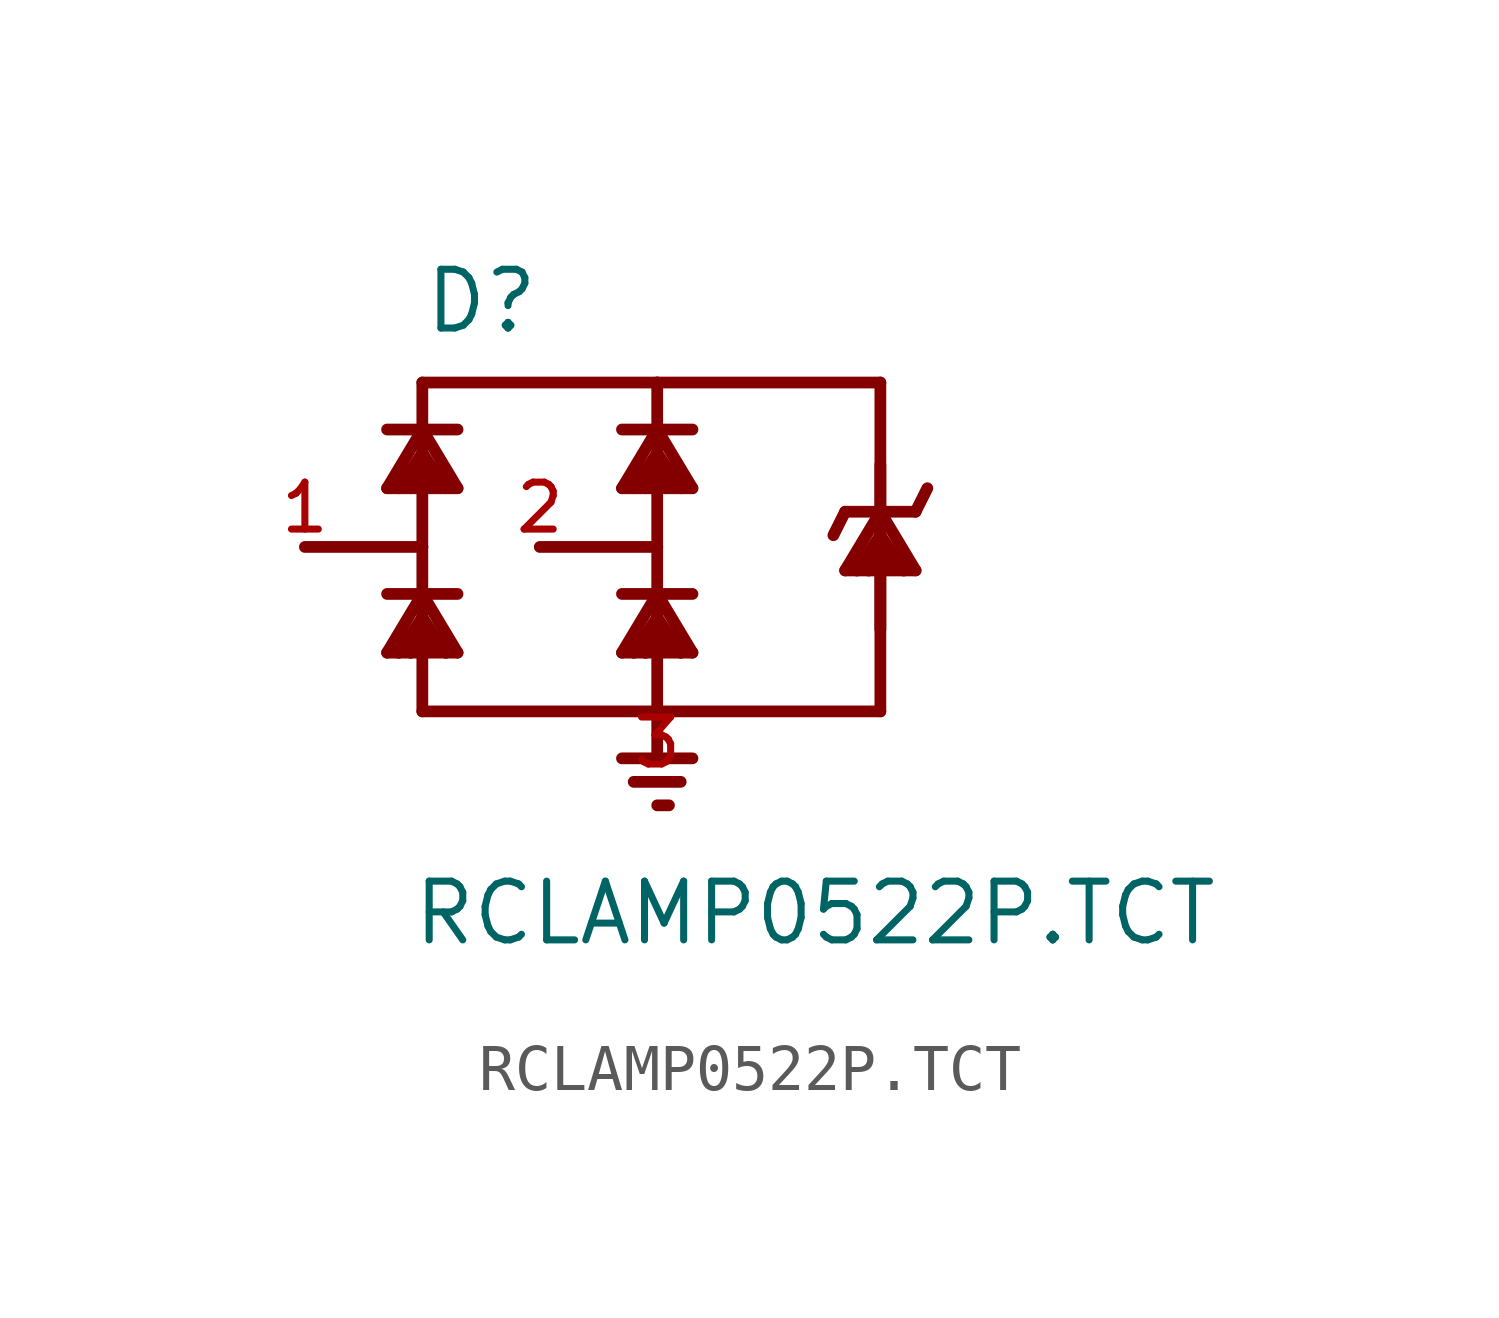
<source format=kicad_sym>
(kicad_symbol_lib
  (version 20211014)
  (generator kicad_symbol_editor)
  (symbol "RCLAMP0522P.TCT"
    (pin_names
      (offset 1.016) hide)
    (property "Reference" "D"
      (at -5.08 4.572 0)
      (effects (font (size 1.27 1.27)) (justify left bottom)))
    (property "Value" "RCLAMP0522P.TCT"
      (at -5.334 -8.661 0)
      (effects (font (size 1.27 1.27)) (justify left bottom)))
    (property "ki_locked" ""
      (at 0 0 0)
      (effects (font (size 1.27 1.27))))
    (symbol "RCLAMP0522P.TCT_0_0"
      (polyline (pts (xy -7.62 0) (xy -5.08 0)) (stroke (width 0.254) (type default) (color 0 0 0 0)) (fill (type none)))
      (polyline (pts (xy -5.842 -1.016) (xy -4.318 -1.016)) (stroke (width 0.254) (type default) (color 0 0 0 0)) (fill (type none)))
      (polyline (pts (xy -5.842 2.54) (xy -4.318 2.54)) (stroke (width 0.254) (type default) (color 0 0 0 0)) (fill (type none)))
      (polyline (pts (xy -5.588 -2.286) (xy -5.842 -2.286)) (stroke (width 0.254) (type default) (color 0 0 0 0)) (fill (type none)))
      (polyline (pts (xy -5.588 -2.286) (xy -5.334 -2.286)) (stroke (width 0.254) (type default) (color 0 0 0 0)) (fill (type none)))
      (polyline (pts (xy -5.588 1.27) (xy -5.842 1.27)) (stroke (width 0.254) (type default) (color 0 0 0 0)) (fill (type none)))
      (polyline (pts (xy -5.588 1.27) (xy -5.334 1.27)) (stroke (width 0.254) (type default) (color 0 0 0 0)) (fill (type none)))
      (polyline (pts (xy -5.334 -2.286) (xy -4.826 -2.032)) (stroke (width 0.254) (type default) (color 0 0 0 0)) (fill (type none)))
      (polyline (pts (xy -5.334 -2.286) (xy -4.572 -2.286)) (stroke (width 0.254) (type default) (color 0 0 0 0)) (fill (type none)))
      (polyline (pts (xy -5.334 1.27) (xy -4.826 1.524)) (stroke (width 0.254) (type default) (color 0 0 0 0)) (fill (type none)))
      (polyline (pts (xy -5.334 1.27) (xy -4.572 1.27)) (stroke (width 0.254) (type default) (color 0 0 0 0)) (fill (type none)))
      (polyline (pts (xy -5.08 -3.556) (xy -5.08 -1.524)) (stroke (width 0.254) (type default) (color 0 0 0 0)) (fill (type none)))
      (polyline (pts (xy -5.08 -1.524) (xy -5.588 -2.286)) (stroke (width 0.254) (type default) (color 0 0 0 0)) (fill (type none)))
      (polyline (pts (xy -5.08 -1.524) (xy -5.08 -1.016)) (stroke (width 0.254) (type default) (color 0 0 0 0)) (fill (type none)))
      (polyline (pts (xy -5.08 -1.016) (xy -5.842 -2.286)) (stroke (width 0.254) (type default) (color 0 0 0 0)) (fill (type none)))
      (polyline (pts (xy -5.08 -1.016) (xy -5.08 0)) (stroke (width 0.254) (type default) (color 0 0 0 0)) (fill (type none)))
      (polyline (pts (xy -5.08 -1.016) (xy -4.318 -2.286)) (stroke (width 0.254) (type default) (color 0 0 0 0)) (fill (type none)))
      (polyline (pts (xy -5.08 0) (xy -5.08 2.032)) (stroke (width 0.254) (type default) (color 0 0 0 0)) (fill (type none)))
      (polyline (pts (xy -5.08 2.032) (xy -5.588 1.27)) (stroke (width 0.254) (type default) (color 0 0 0 0)) (fill (type none)))
      (polyline (pts (xy -5.08 2.032) (xy -5.08 2.54)) (stroke (width 0.254) (type default) (color 0 0 0 0)) (fill (type none)))
      (polyline (pts (xy -5.08 2.54) (xy -5.842 1.27)) (stroke (width 0.254) (type default) (color 0 0 0 0)) (fill (type none)))
      (polyline (pts (xy -5.08 2.54) (xy -5.08 3.556)) (stroke (width 0.254) (type default) (color 0 0 0 0)) (fill (type none)))
      (polyline (pts (xy -5.08 2.54) (xy -4.318 1.27)) (stroke (width 0.254) (type default) (color 0 0 0 0)) (fill (type none)))
      (polyline (pts (xy -5.08 3.556) (xy 0 3.556)) (stroke (width 0.254) (type default) (color 0 0 0 0)) (fill (type none)))
      (polyline (pts (xy -4.826 -2.032) (xy -5.334 -2.032)) (stroke (width 0.254) (type default) (color 0 0 0 0)) (fill (type none)))
      (polyline (pts (xy -4.826 1.524) (xy -5.334 1.524)) (stroke (width 0.254) (type default) (color 0 0 0 0)) (fill (type none)))
      (polyline (pts (xy -4.572 -2.286) (xy -5.08 -1.524)) (stroke (width 0.254) (type default) (color 0 0 0 0)) (fill (type none)))
      (polyline (pts (xy -4.572 1.27) (xy -5.08 2.032)) (stroke (width 0.254) (type default) (color 0 0 0 0)) (fill (type none)))
      (polyline (pts (xy -4.318 -2.286) (xy -4.572 -2.286)) (stroke (width 0.254) (type default) (color 0 0 0 0)) (fill (type none)))
      (polyline (pts (xy -4.318 1.27) (xy -4.572 1.27)) (stroke (width 0.254) (type default) (color 0 0 0 0)) (fill (type none)))
      (polyline (pts (xy -2.54 0) (xy 0 0)) (stroke (width 0.254) (type default) (color 0 0 0 0)) (fill (type none)))
      (polyline (pts (xy -0.762 -1.016) (xy 0.762 -1.016)) (stroke (width 0.254) (type default) (color 0 0 0 0)) (fill (type none)))
      (polyline (pts (xy -0.762 2.54) (xy 0.762 2.54)) (stroke (width 0.254) (type default) (color 0 0 0 0)) (fill (type none)))
      (polyline (pts (xy -0.508 -5.08) (xy 0.508 -5.08)) (stroke (width 0.254) (type default) (color 0 0 0 0)) (fill (type none)))
      (polyline (pts (xy -0.508 -2.286) (xy -0.762 -2.286)) (stroke (width 0.254) (type default) (color 0 0 0 0)) (fill (type none)))
      (polyline (pts (xy -0.508 -2.286) (xy -0.254 -2.286)) (stroke (width 0.254) (type default) (color 0 0 0 0)) (fill (type none)))
      (polyline (pts (xy -0.508 1.27) (xy -0.762 1.27)) (stroke (width 0.254) (type default) (color 0 0 0 0)) (fill (type none)))
      (polyline (pts (xy -0.508 1.27) (xy -0.254 1.27)) (stroke (width 0.254) (type default) (color 0 0 0 0)) (fill (type none)))
      (polyline (pts (xy -0.254 -2.286) (xy 0.254 -2.032)) (stroke (width 0.254) (type default) (color 0 0 0 0)) (fill (type none)))
      (polyline (pts (xy -0.254 -2.286) (xy 0.508 -2.286)) (stroke (width 0.254) (type default) (color 0 0 0 0)) (fill (type none)))
      (polyline (pts (xy -0.254 1.27) (xy 0.254 1.524)) (stroke (width 0.254) (type default) (color 0 0 0 0)) (fill (type none)))
      (polyline (pts (xy -0.254 1.27) (xy 0.508 1.27)) (stroke (width 0.254) (type default) (color 0 0 0 0)) (fill (type none)))
      (polyline (pts (xy 0 -5.588) (xy 0.254 -5.588)) (stroke (width 0.254) (type default) (color 0 0 0 0)) (fill (type none)))
      (polyline (pts (xy 0 -4.572) (xy -0.762 -4.572)) (stroke (width 0.254) (type default) (color 0 0 0 0)) (fill (type none)))
      (polyline (pts (xy 0 -4.572) (xy 0.762 -4.572)) (stroke (width 0.254) (type default) (color 0 0 0 0)) (fill (type none)))
      (polyline (pts (xy 0 -3.556) (xy -5.08 -3.556)) (stroke (width 0.254) (type default) (color 0 0 0 0)) (fill (type none)))
      (polyline (pts (xy 0 -3.556) (xy 0 -4.572)) (stroke (width 0.254) (type default) (color 0 0 0 0)) (fill (type none)))
      (polyline (pts (xy 0 -3.556) (xy 0 -1.524)) (stroke (width 0.254) (type default) (color 0 0 0 0)) (fill (type none)))
      (polyline (pts (xy 0 -1.524) (xy -0.508 -2.286)) (stroke (width 0.254) (type default) (color 0 0 0 0)) (fill (type none)))
      (polyline (pts (xy 0 -1.524) (xy 0 -1.016)) (stroke (width 0.254) (type default) (color 0 0 0 0)) (fill (type none)))
      (polyline (pts (xy 0 -1.016) (xy -0.762 -2.286)) (stroke (width 0.254) (type default) (color 0 0 0 0)) (fill (type none)))
      (polyline (pts (xy 0 -1.016) (xy 0 0)) (stroke (width 0.254) (type default) (color 0 0 0 0)) (fill (type none)))
      (polyline (pts (xy 0 -1.016) (xy 0.762 -2.286)) (stroke (width 0.254) (type default) (color 0 0 0 0)) (fill (type none)))
      (polyline (pts (xy 0 0) (xy 0 2.032)) (stroke (width 0.254) (type default) (color 0 0 0 0)) (fill (type none)))
      (polyline (pts (xy 0 2.032) (xy -0.508 1.27)) (stroke (width 0.254) (type default) (color 0 0 0 0)) (fill (type none)))
      (polyline (pts (xy 0 2.032) (xy 0 2.54)) (stroke (width 0.254) (type default) (color 0 0 0 0)) (fill (type none)))
      (polyline (pts (xy 0 2.54) (xy -0.762 1.27)) (stroke (width 0.254) (type default) (color 0 0 0 0)) (fill (type none)))
      (polyline (pts (xy 0 2.54) (xy 0 3.556)) (stroke (width 0.254) (type default) (color 0 0 0 0)) (fill (type none)))
      (polyline (pts (xy 0 2.54) (xy 0.762 1.27)) (stroke (width 0.254) (type default) (color 0 0 0 0)) (fill (type none)))
      (polyline (pts (xy 0 3.556) (xy 4.826 3.556)) (stroke (width 0.254) (type default) (color 0 0 0 0)) (fill (type none)))
      (polyline (pts (xy 0.254 -2.032) (xy -0.254 -2.032)) (stroke (width 0.254) (type default) (color 0 0 0 0)) (fill (type none)))
      (polyline (pts (xy 0.254 1.524) (xy -0.254 1.524)) (stroke (width 0.254) (type default) (color 0 0 0 0)) (fill (type none)))
      (polyline (pts (xy 0.508 -2.286) (xy 0 -1.524)) (stroke (width 0.254) (type default) (color 0 0 0 0)) (fill (type none)))
      (polyline (pts (xy 0.508 1.27) (xy 0 2.032)) (stroke (width 0.254) (type default) (color 0 0 0 0)) (fill (type none)))
      (polyline (pts (xy 0.762 -2.286) (xy 0.508 -2.286)) (stroke (width 0.254) (type default) (color 0 0 0 0)) (fill (type none)))
      (polyline (pts (xy 0.762 1.27) (xy 0.508 1.27)) (stroke (width 0.254) (type default) (color 0 0 0 0)) (fill (type none)))
      (polyline (pts (xy 4.064 0.762) (xy 3.81 0.254)) (stroke (width 0.254) (type default) (color 0 0 0 0)) (fill (type none)))
      (polyline (pts (xy 4.064 0.762) (xy 5.588 0.762)) (stroke (width 0.254) (type default) (color 0 0 0 0)) (fill (type none)))
      (polyline (pts (xy 4.318 -0.508) (xy 4.064 -0.508)) (stroke (width 0.254) (type default) (color 0 0 0 0)) (fill (type none)))
      (polyline (pts (xy 4.318 -0.508) (xy 4.572 -0.508)) (stroke (width 0.254) (type default) (color 0 0 0 0)) (fill (type none)))
      (polyline (pts (xy 4.572 -0.508) (xy 5.08 -0.254)) (stroke (width 0.254) (type default) (color 0 0 0 0)) (fill (type none)))
      (polyline (pts (xy 4.572 -0.508) (xy 5.334 -0.508)) (stroke (width 0.254) (type default) (color 0 0 0 0)) (fill (type none)))
      (polyline (pts (xy 4.826 -3.556) (xy 0 -3.556)) (stroke (width 0.254) (type default) (color 0 0 0 0)) (fill (type none)))
      (polyline (pts (xy 4.826 -1.778) (xy 4.826 0.254)) (stroke (width 0.254) (type default) (color 0 0 0 0)) (fill (type none)))
      (polyline (pts (xy 4.826 0.254) (xy 4.318 -0.508)) (stroke (width 0.254) (type default) (color 0 0 0 0)) (fill (type none)))
      (polyline (pts (xy 4.826 0.254) (xy 4.826 0.762)) (stroke (width 0.254) (type default) (color 0 0 0 0)) (fill (type none)))
      (polyline (pts (xy 4.826 0.762) (xy 4.064 -0.508)) (stroke (width 0.254) (type default) (color 0 0 0 0)) (fill (type none)))
      (polyline (pts (xy 4.826 0.762) (xy 4.826 1.778)) (stroke (width 0.254) (type default) (color 0 0 0 0)) (fill (type none)))
      (polyline (pts (xy 4.826 0.762) (xy 5.588 -0.508)) (stroke (width 0.254) (type default) (color 0 0 0 0)) (fill (type none)))
      (polyline (pts (xy 4.826 3.556) (xy 4.826 -3.556)) (stroke (width 0.254) (type default) (color 0 0 0 0)) (fill (type none)))
      (polyline (pts (xy 5.08 -0.254) (xy 4.572 -0.254)) (stroke (width 0.254) (type default) (color 0 0 0 0)) (fill (type none)))
      (polyline (pts (xy 5.334 -0.508) (xy 4.826 0.254)) (stroke (width 0.254) (type default) (color 0 0 0 0)) (fill (type none)))
      (polyline (pts (xy 5.588 -0.508) (xy 5.334 -0.508)) (stroke (width 0.254) (type default) (color 0 0 0 0)) (fill (type none)))
      (polyline (pts (xy 5.588 0.762) (xy 5.842 1.27)) (stroke (width 0.254) (type default) (color 0 0 0 0)) (fill (type none)))
      (pin input line (at -7.62 0 0) (length 0) (name "~" (effects (font (size 1.016 1.016)))) (number "1" (effects (font (size 1.016 1.016)))))
      (pin input line (at -2.54 0 0) (length 0) (name "~" (effects (font (size 1.016 1.016)))) (number "2" (effects (font (size 1.016 1.016)))))
      (pin power_in line (at 0 -5.08 0) (length 0) (name "~" (effects (font (size 1.016 1.016)))) (number "3" (effects (font (size 1.016 1.016))))))))
</source>
